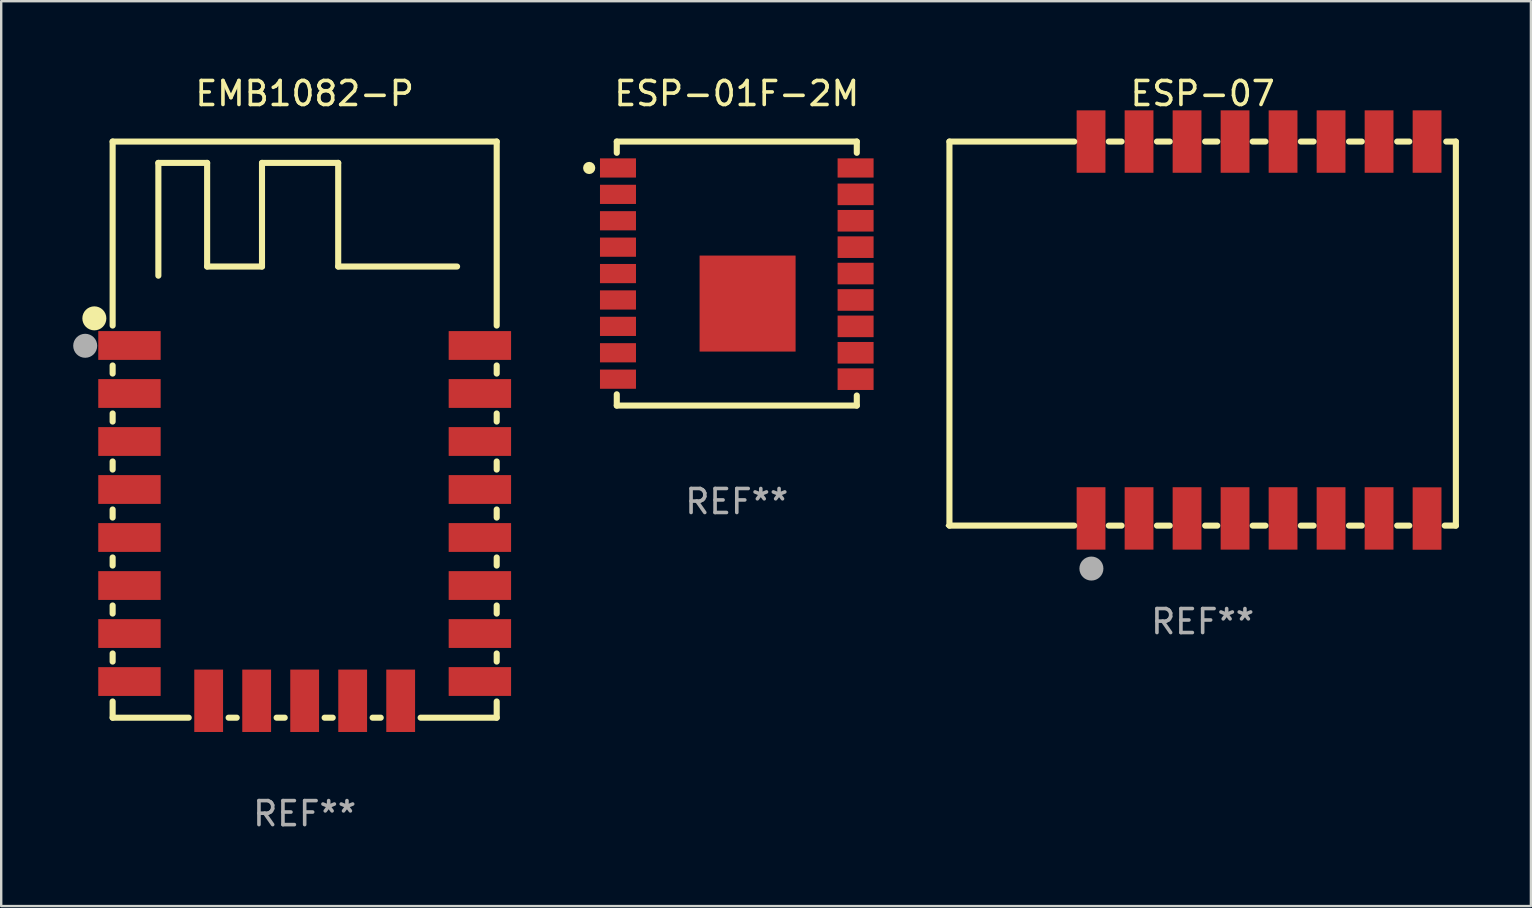
<source format=kicad_pcb>
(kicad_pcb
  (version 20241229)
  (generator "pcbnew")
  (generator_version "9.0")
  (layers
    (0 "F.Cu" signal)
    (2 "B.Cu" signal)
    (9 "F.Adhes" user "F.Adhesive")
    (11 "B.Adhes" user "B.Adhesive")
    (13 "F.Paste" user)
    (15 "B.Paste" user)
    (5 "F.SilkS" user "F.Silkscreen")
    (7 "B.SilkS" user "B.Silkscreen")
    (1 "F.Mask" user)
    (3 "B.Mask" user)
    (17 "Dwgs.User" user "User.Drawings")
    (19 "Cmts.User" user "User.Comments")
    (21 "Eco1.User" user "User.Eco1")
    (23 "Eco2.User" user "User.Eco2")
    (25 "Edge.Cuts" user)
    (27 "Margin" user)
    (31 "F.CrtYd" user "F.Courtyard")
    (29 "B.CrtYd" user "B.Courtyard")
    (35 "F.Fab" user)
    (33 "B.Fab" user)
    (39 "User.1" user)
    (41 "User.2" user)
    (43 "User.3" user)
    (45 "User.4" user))
  (footprint "ESP-01F-2M"
    (layer "F.Cu")
    (at 27.648 8.348)
    (property "Reference" "ESP-01F-2M" (at 0 -7.5 0) (layer "F.SilkS") (effects (font (size 1 1) (thickness 0.15))))
    (attr through_hole)
    (fp_line (start -5 -5.5) (end -5 -5.031) (stroke (width 0.254) (type solid)) (layer "F.SilkS"))
    (fp_line (start -5 -5.5) (end 5 -5.5) (stroke (width 0.254) (type solid)) (layer "F.SilkS"))
    (fp_line (start -5 5.031) (end -5 5.5) (stroke (width 0.254) (type solid)) (layer "F.SilkS"))
    (fp_line (start -5 5.5) (end 5 5.5) (stroke (width 0.254) (type solid)) (layer "F.SilkS"))
    (fp_line (start 5 -5.5) (end 5 -5.031) (stroke (width 0.254) (type solid)) (layer "F.SilkS"))
    (fp_line (start 5 5.081) (end 5 5.5) (stroke (width 0.254) (type solid)) (layer "F.SilkS"))
    (fp_circle (center -6.15 -4.4) (end -6.023 -4.4) (stroke (width 0.254) (type solid)) (fill no) (layer "F.SilkS"))
    (fp_circle (center -5 -5.539) (end -4.97 -5.539) (stroke (width 0.06) (type solid)) (fill no) (layer "F.SilkS"))
    (fp_text user "REF**" (at 0 9.5 0) (layer "F.Fab") (effects (font (size 1 1) (thickness 0.15))))
    (pad "1" smd rect (at -4.95 -4.4) (size 1.5 0.8) (layers "F.Cu" "F.Mask" "F.Paste"))
    (pad "2" smd rect (at -4.95 -3.3) (size 1.5 0.8) (layers "F.Cu" "F.Mask" "F.Paste"))
    (pad "3" smd rect (at -4.95 -2.2) (size 1.5 0.8) (layers "F.Cu" "F.Mask" "F.Paste"))
    (pad "4" smd rect (at -4.95 -1.1) (size 1.5 0.8) (layers "F.Cu" "F.Mask" "F.Paste"))
    (pad "5" smd rect (at -4.95 0.000102) (size 1.5 0.8) (layers "F.Cu" "F.Mask" "F.Paste"))
    (pad "6" smd rect (at -4.95 1.1) (size 1.5 0.8) (layers "F.Cu" "F.Mask" "F.Paste"))
    (pad "7" smd rect (at -4.95 2.2) (size 1.5 0.8) (layers "F.Cu" "F.Mask" "F.Paste"))
    (pad "8" smd rect (at -4.95 3.3) (size 1.5 0.8) (layers "F.Cu" "F.Mask" "F.Paste"))
    (pad "9" smd rect (at -4.95 4.4) (size 1.5 0.8) (layers "F.Cu" "F.Mask" "F.Paste"))
    (pad "10" smd rect (at 4.95 4.4 180) (size 1.5 0.9) (layers "F.Cu" "F.Mask" "F.Paste"))
    (pad "11" smd rect (at 4.95 3.3 180) (size 1.5 0.9) (layers "F.Cu" "F.Mask" "F.Paste"))
    (pad "12" smd rect (at 4.95 2.2 180) (size 1.5 0.9) (layers "F.Cu" "F.Mask" "F.Paste"))
    (pad "13" smd rect (at 4.95 1.1 180) (size 1.5 0.9) (layers "F.Cu" "F.Mask" "F.Paste"))
    (pad "14" smd rect (at 4.95 -0.000152 180) (size 1.5 0.9) (layers "F.Cu" "F.Mask" "F.Paste"))
    (pad "15" smd rect (at 4.95 -1.1 180) (size 1.5 0.9) (layers "F.Cu" "F.Mask" "F.Paste"))
    (pad "16" smd rect (at 4.95 -2.2 180) (size 1.5 0.9) (layers "F.Cu" "F.Mask" "F.Paste"))
    (pad "17" smd rect (at 4.95 -3.3 180) (size 1.5 0.9) (layers "F.Cu" "F.Mask" "F.Paste"))
    (pad "18" smd rect (at 4.95 -4.4) (size 1.5 0.8) (layers "F.Cu" "F.Mask" "F.Paste"))
    (pad "19" smd rect (at 0.45 1.25) (size 4 4) (layers "F.Cu" "F.Mask" "F.Paste")))
  (footprint "ESP-07"
    (layer "F.Cu")
    (at 47.058 10.849)
    (property "Reference" "ESP-07" (at 0 -10.001 0) (layer "F.SilkS") (effects (font (size 1 1) (thickness 0.15))))
    (attr through_hole)
    (fp_line (start -10.55 -8) (end -10.55 8) (stroke (width 0.254) (type solid)) (layer "F.SilkS"))
    (fp_line (start -10.55 8) (end -5.35 8) (stroke (width 0.254) (type solid)) (layer "F.SilkS"))
    (fp_line (start -5.35 -8) (end -10.55 -8) (stroke (width 0.254) (type solid)) (layer "F.SilkS"))
    (fp_line (start -3.91 -8.001) (end -3.379 -8.001) (stroke (width 0.254) (type solid)) (layer "F.SilkS"))
    (fp_line (start -3.91 8.001) (end -3.379 8.001) (stroke (width 0.254) (type solid)) (layer "F.SilkS"))
    (fp_line (start -1.903 -8.001) (end -1.372 -8.001) (stroke (width 0.254) (type solid)) (layer "F.SilkS"))
    (fp_line (start -1.903 8.001) (end -1.372 8.001) (stroke (width 0.254) (type solid)) (layer "F.SilkS"))
    (fp_line (start 0.104 -8.001) (end 0.609 -8.001) (stroke (width 0.254) (type solid)) (layer "F.SilkS"))
    (fp_line (start 0.104 8.001) (end 0.609 8.001) (stroke (width 0.254) (type solid)) (layer "F.SilkS"))
    (fp_line (start 2.085 -8.001) (end 2.616 -8.001) (stroke (width 0.254) (type solid)) (layer "F.SilkS"))
    (fp_line (start 2.085 8.001) (end 2.616 8.001) (stroke (width 0.254) (type solid)) (layer "F.SilkS"))
    (fp_line (start 4.091 -8.001) (end 4.622 -8.001) (stroke (width 0.254) (type solid)) (layer "F.SilkS"))
    (fp_line (start 4.091 8.001) (end 4.622 8.001) (stroke (width 0.254) (type solid)) (layer "F.SilkS"))
    (fp_line (start 6.098 -8.001) (end 6.629 -8.001) (stroke (width 0.254) (type solid)) (layer "F.SilkS"))
    (fp_line (start 6.098 8.001) (end 6.629 8.001) (stroke (width 0.254) (type solid)) (layer "F.SilkS"))
    (fp_line (start 8.105 -8.001) (end 8.61 -8.001) (stroke (width 0.254) (type solid)) (layer "F.SilkS"))
    (fp_line (start 8.105 8.001) (end 8.61 8.001) (stroke (width 0.254) (type solid)) (layer "F.SilkS"))
    (fp_line (start 10.086 8) (end 10.55 8) (stroke (width 0.254) (type solid)) (layer "F.SilkS"))
    (fp_line (start 10.55 -8) (end 10.15 -8) (stroke (width 0.254) (type solid)) (layer "F.SilkS"))
    (fp_line (start 10.55 8) (end 10.55 -8) (stroke (width 0.254) (type solid)) (layer "F.SilkS"))
    (fp_circle (center -10.65 8) (end -10.62 8) (stroke (width 0.06) (type solid)) (fill no) (layer "F.SilkS"))
    (fp_circle (center -4.635 9.79) (end -4.385 9.79) (stroke (width 0.5) (type solid)) (fill no) (layer "F.Fab"))
    (fp_text user "REF**" (at 0 12.001 0) (layer "F.Fab") (effects (font (size 1 1) (thickness 0.15))))
    (pad "1" smd rect (at -4.65 7.701) (size 1.2 2.6) (layers "F.Cu" "F.Mask" "F.Paste"))
    (pad "2" smd rect (at -2.65 7.701) (size 1.2 2.6) (layers "F.Cu" "F.Mask" "F.Paste"))
    (pad "3" smd rect (at -0.65 7.701) (size 1.2 2.6) (layers "F.Cu" "F.Mask" "F.Paste"))
    (pad "4" smd rect (at 1.35 7.701) (size 1.2 2.6) (layers "F.Cu" "F.Mask" "F.Paste"))
    (pad "5" smd rect (at 3.35 7.701) (size 1.2 2.6) (layers "F.Cu" "F.Mask" "F.Paste"))
    (pad "6" smd rect (at 5.35 7.701) (size 1.2 2.6) (layers "F.Cu" "F.Mask" "F.Paste"))
    (pad "7" smd rect (at 7.35 7.701) (size 1.2 2.6) (layers "F.Cu" "F.Mask" "F.Paste"))
    (pad "8" smd rect (at 9.35 7.706) (size 1.2 2.6) (layers "F.Cu" "F.Mask" "F.Paste"))
    (pad "9" smd rect (at 9.35 -8.001) (size 1.2 2.6) (layers "F.Cu" "F.Mask" "F.Paste"))
    (pad "10" smd rect (at 7.35 -8.001) (size 1.2 2.6) (layers "F.Cu" "F.Mask" "F.Paste"))
    (pad "11" smd rect (at 5.35 -8.001) (size 1.2 2.6) (layers "F.Cu" "F.Mask" "F.Paste"))
    (pad "12" smd rect (at 3.35 -8.001) (size 1.2 2.6) (layers "F.Cu" "F.Mask" "F.Paste"))
    (pad "13" smd rect (at 1.35 -8.001) (size 1.2 2.6) (layers "F.Cu" "F.Mask" "F.Paste"))
    (pad "14" smd rect (at -0.65 -8.001) (size 1.2 2.6) (layers "F.Cu" "F.Mask" "F.Paste"))
    (pad "15" smd rect (at -2.65 -8.001) (size 1.2 2.6) (layers "F.Cu" "F.Mask" "F.Paste"))
    (pad "16" smd rect (at -4.65 -8.001) (size 1.2 2.6) (layers "F.Cu" "F.Mask" "F.Paste")))
  (footprint "EMB1082-P"
    (layer "F.Cu")
    (at 9.644 14.85)
    (property "Reference" "EMB1082-P" (at 0 -14.002 0) (layer "F.SilkS") (effects (font (size 1 1) (thickness 0.15))))
    (attr through_hole)
    (fp_line (start -8.001 -12.002) (end -8.001 -4.336) (stroke (width 0.254) (type solid)) (layer "F.SilkS"))
    (fp_line (start -8.001 -2.673) (end -8.001 -2.336) (stroke (width 0.254) (type solid)) (layer "F.SilkS"))
    (fp_line (start -8.001 -0.673) (end -8.001 -0.336) (stroke (width 0.254) (type solid)) (layer "F.SilkS"))
    (fp_line (start -8.001 1.327) (end -8.001 1.664) (stroke (width 0.254) (type solid)) (layer "F.SilkS"))
    (fp_line (start -8.001 3.327) (end -8.001 3.664) (stroke (width 0.254) (type solid)) (layer "F.SilkS"))
    (fp_line (start -8.001 5.327) (end -8.001 5.664) (stroke (width 0.254) (type solid)) (layer "F.SilkS"))
    (fp_line (start -8.001 7.327) (end -8.001 7.664) (stroke (width 0.254) (type solid)) (layer "F.SilkS"))
    (fp_line (start -8.001 9.327) (end -8.001 9.664) (stroke (width 0.254) (type solid)) (layer "F.SilkS"))
    (fp_line (start -8.001 11.327) (end -8.001 12.002) (stroke (width 0.254) (type solid)) (layer "F.SilkS"))
    (fp_line (start -8.001 12.002) (end -4.831 12.002) (stroke (width 0.254) (type solid)) (layer "F.SilkS"))
    (fp_line (start -6.096 -11.113) (end -4.064 -11.113) (stroke (width 0.254) (type solid)) (layer "F.SilkS"))
    (fp_line (start -6.096 -6.414) (end -6.096 -11.113) (stroke (width 0.254) (type solid)) (layer "F.SilkS"))
    (fp_line (start -4.064 -11.113) (end -4.064 -6.795) (stroke (width 0.254) (type solid)) (layer "F.SilkS"))
    (fp_line (start -4.064 -6.795) (end -1.778 -6.795) (stroke (width 0.254) (type solid)) (layer "F.SilkS"))
    (fp_line (start -3.169 12.002) (end -2.831 12.002) (stroke (width 0.254) (type solid)) (layer "F.SilkS"))
    (fp_line (start -1.778 -11.113) (end 1.397 -11.113) (stroke (width 0.254) (type solid)) (layer "F.SilkS"))
    (fp_line (start -1.778 -6.795) (end -1.778 -11.113) (stroke (width 0.254) (type solid)) (layer "F.SilkS"))
    (fp_line (start -1.169 12.002) (end -0.831 12.002) (stroke (width 0.254) (type solid)) (layer "F.SilkS"))
    (fp_line (start 0.831 12.002) (end 1.169 12.002) (stroke (width 0.254) (type solid)) (layer "F.SilkS"))
    (fp_line (start 1.397 -11.113) (end 1.397 -6.795) (stroke (width 0.254) (type solid)) (layer "F.SilkS"))
    (fp_line (start 1.397 -6.795) (end 6.35 -6.795) (stroke (width 0.254) (type solid)) (layer "F.SilkS"))
    (fp_line (start 2.831 12.002) (end 3.169 12.002) (stroke (width 0.254) (type solid)) (layer "F.SilkS"))
    (fp_line (start 4.831 12.002) (end 8.001 12.002) (stroke (width 0.254) (type solid)) (layer "F.SilkS"))
    (fp_line (start 8.001 -12.002) (end -8.001 -12.002) (stroke (width 0.254) (type solid)) (layer "F.SilkS"))
    (fp_line (start 8.001 -4.336) (end 8.001 -12.002) (stroke (width 0.254) (type solid)) (layer "F.SilkS"))
    (fp_line (start 8.001 -2.336) (end 8.001 -2.673) (stroke (width 0.254) (type solid)) (layer "F.SilkS"))
    (fp_line (start 8.001 -0.336) (end 8.001 -0.673) (stroke (width 0.254) (type solid)) (layer "F.SilkS"))
    (fp_line (start 8.001 1.664) (end 8.001 1.327) (stroke (width 0.254) (type solid)) (layer "F.SilkS"))
    (fp_line (start 8.001 3.664) (end 8.001 3.327) (stroke (width 0.254) (type solid)) (layer "F.SilkS"))
    (fp_line (start 8.001 5.664) (end 8.001 5.327) (stroke (width 0.254) (type solid)) (layer "F.SilkS"))
    (fp_line (start 8.001 7.664) (end 8.001 7.327) (stroke (width 0.254) (type solid)) (layer "F.SilkS"))
    (fp_line (start 8.001 9.664) (end 8.001 9.327) (stroke (width 0.254) (type solid)) (layer "F.SilkS"))
    (fp_line (start 8.001 12.002) (end 8.001 11.327) (stroke (width 0.254) (type solid)) (layer "F.SilkS"))
    (fp_circle (center -8.763 -4.636) (end -8.513 -4.636) (stroke (width 0.5) (type solid)) (fill no) (layer "F.SilkS"))
    (fp_circle (center -8 -12.003) (end -7.97 -12.003) (stroke (width 0.06) (type solid)) (fill no) (layer "F.SilkS"))
    (fp_circle (center -9.144 -3.493) (end -8.894 -3.493) (stroke (width 0.5) (type solid)) (fill no) (layer "F.Fab"))
    (fp_text user "REF**" (at 0 16.002 0) (layer "F.Fab") (effects (font (size 1 1) (thickness 0.15))))
    (pad "1" smd rect (at -7.3 -3.505) (size 2.6 1.2) (layers "F.Cu" "F.Mask" "F.Paste"))
    (pad "2" smd rect (at -7.3 -1.505) (size 2.6 1.2) (layers "F.Cu" "F.Mask" "F.Paste"))
    (pad "3" smd rect (at -7.3 0.495) (size 2.6 1.2) (layers "F.Cu" "F.Mask" "F.Paste"))
    (pad "4" smd rect (at -7.3 2.495) (size 2.6 1.2) (layers "F.Cu" "F.Mask" "F.Paste"))
    (pad "5" smd rect (at -7.3 4.495) (size 2.6 1.2) (layers "F.Cu" "F.Mask" "F.Paste"))
    (pad "6" smd rect (at -7.3 6.496) (size 2.6 1.2) (layers "F.Cu" "F.Mask" "F.Paste"))
    (pad "7" smd rect (at -7.3 8.496) (size 2.6 1.2) (layers "F.Cu" "F.Mask" "F.Paste"))
    (pad "8" smd rect (at -7.3 10.496) (size 2.6 1.2) (layers "F.Cu" "F.Mask" "F.Paste"))
    (pad "9" smd rect (at 7.3 10.495) (size 2.6 1.2) (layers "F.Cu" "F.Mask" "F.Paste"))
    (pad "10" smd rect (at 7.3 8.496) (size 2.6 1.2) (layers "F.Cu" "F.Mask" "F.Paste"))
    (pad "11" smd rect (at 7.3 6.496) (size 2.6 1.2) (layers "F.Cu" "F.Mask" "F.Paste"))
    (pad "12" smd rect (at 7.3 4.495) (size 2.6 1.2) (layers "F.Cu" "F.Mask" "F.Paste"))
    (pad "13" smd rect (at 7.3 2.495) (size 2.6 1.2) (layers "F.Cu" "F.Mask" "F.Paste"))
    (pad "14" smd rect (at 7.3 0.495) (size 2.6 1.2) (layers "F.Cu" "F.Mask" "F.Paste"))
    (pad "15" smd rect (at 7.3 -1.505) (size 2.6 1.2) (layers "F.Cu" "F.Mask" "F.Paste"))
    (pad "16" smd rect (at 7.3 -3.505) (size 2.6 1.2) (layers "F.Cu" "F.Mask" "F.Paste"))
    (pad "17" smd rect (at -4 11.298 90) (size 2.6 1.2) (layers "F.Cu" "F.Mask" "F.Paste"))
    (pad "18" smd rect (at -2 11.298 90) (size 2.6 1.2) (layers "F.Cu" "F.Mask" "F.Paste"))
    (pad "19" smd rect (at 0.000025 11.298 90) (size 2.6 1.2) (layers "F.Cu" "F.Mask" "F.Paste"))
    (pad "20" smd rect (at 2 11.298 90) (size 2.6 1.2) (layers "F.Cu" "F.Mask" "F.Paste"))
    (pad "21" smd rect (at 4 11.298 90) (size 2.6 1.2) (layers "F.Cu" "F.Mask" "F.Paste")))
  (gr_rect
    (start -3 -3)
    (end 60.735 34.7)
    (stroke (width 0.1) (type default))
    (fill no)
    (layer "Edge.Cuts")))
</source>
